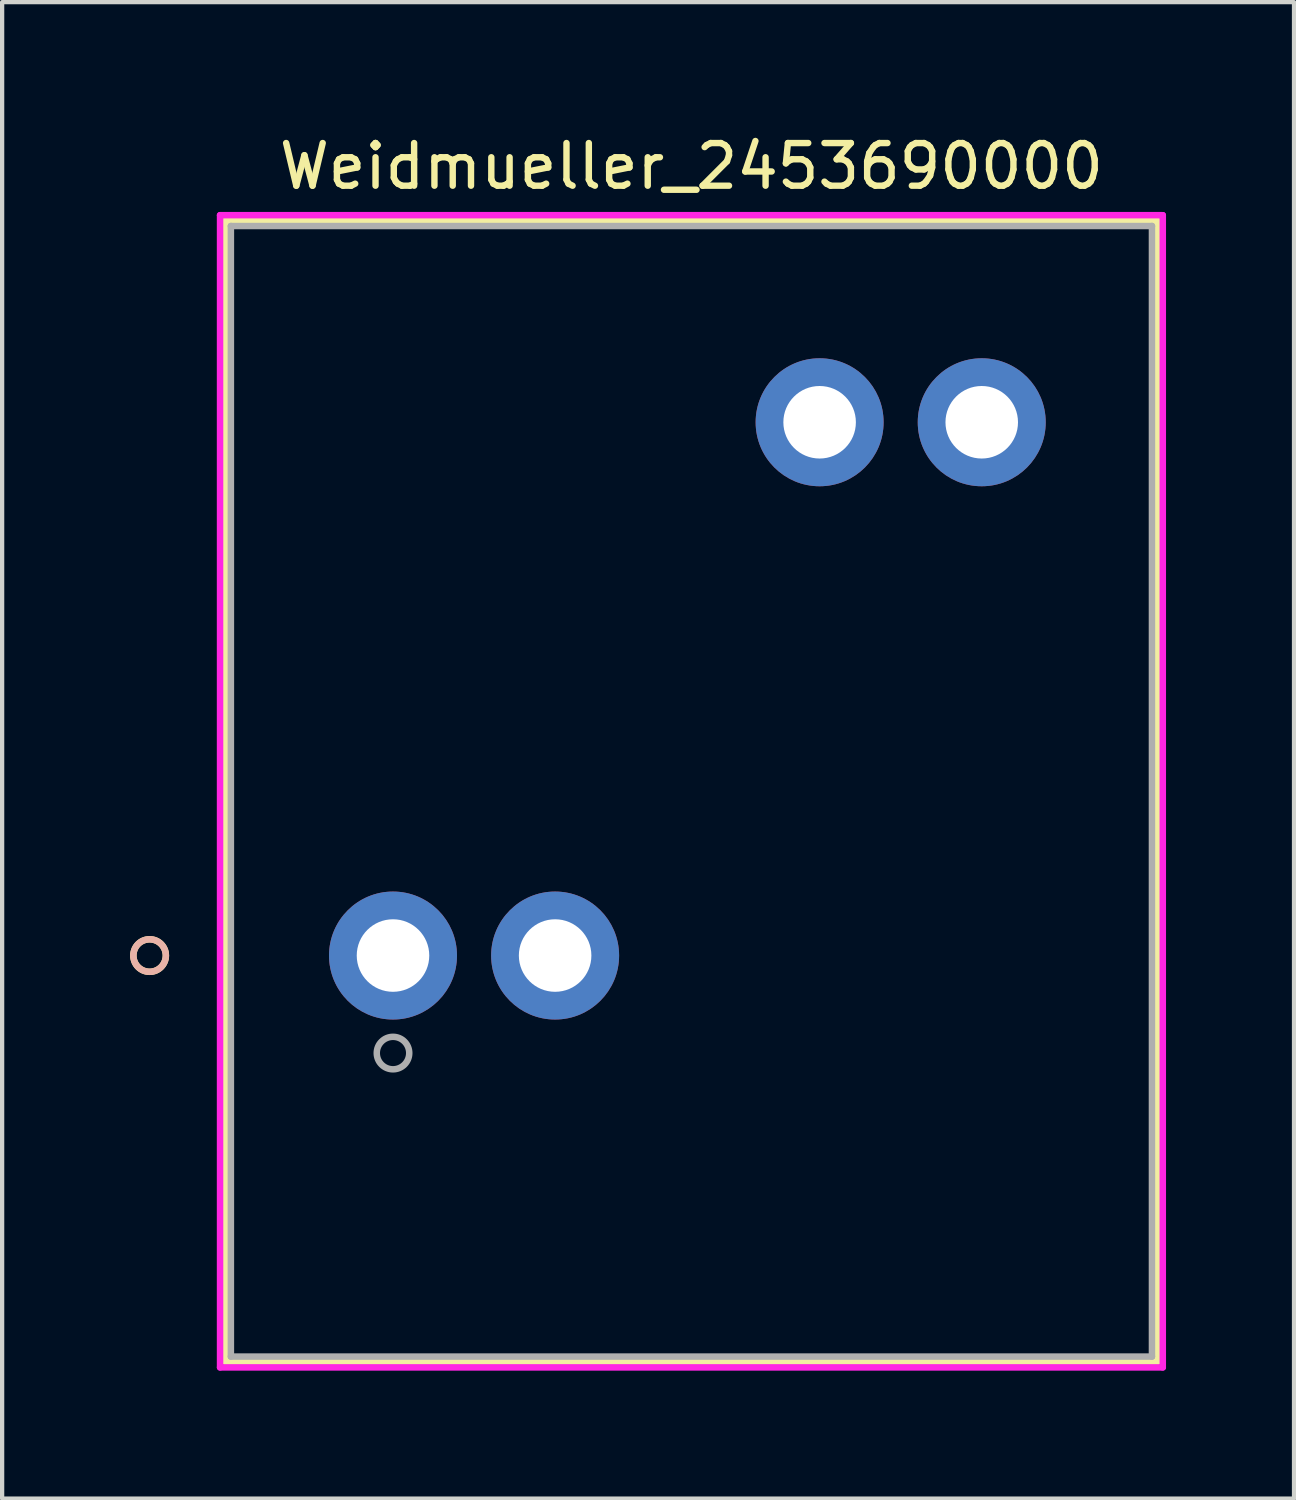
<source format=kicad_pcb>
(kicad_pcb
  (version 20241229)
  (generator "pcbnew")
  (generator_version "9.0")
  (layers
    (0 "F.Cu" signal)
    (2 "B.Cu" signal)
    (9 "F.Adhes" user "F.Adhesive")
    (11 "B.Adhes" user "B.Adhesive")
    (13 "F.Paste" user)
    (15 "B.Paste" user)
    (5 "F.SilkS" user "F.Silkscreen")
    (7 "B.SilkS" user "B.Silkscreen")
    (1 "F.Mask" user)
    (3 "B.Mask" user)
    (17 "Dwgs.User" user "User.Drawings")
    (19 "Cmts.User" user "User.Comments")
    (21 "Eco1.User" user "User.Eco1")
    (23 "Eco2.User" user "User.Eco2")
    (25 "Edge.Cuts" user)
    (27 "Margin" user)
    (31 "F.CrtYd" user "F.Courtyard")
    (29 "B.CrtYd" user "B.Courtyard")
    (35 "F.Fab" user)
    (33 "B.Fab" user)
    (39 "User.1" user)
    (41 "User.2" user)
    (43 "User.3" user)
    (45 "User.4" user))
  (footprint "Weidmueller_2453690000"
    (layer "F.Cu")
    (at 6.162 19.348)
    (property "Reference" "Weidmueller_2453690000" (at 6.995 -18.5 0) (layer "F.SilkS") (effects (font (size 1 1) (thickness 0.15))))
    (attr through_hole)
    (fp_line (start -3.927 -17.227) (end -3.927 9.527) (stroke (width 0.152) (type solid)) (layer "F.SilkS"))
    (fp_line (start -3.927 9.527) (end 17.917 9.527) (stroke (width 0.152) (type solid)) (layer "F.SilkS"))
    (fp_line (start 17.917 -17.227) (end -3.927 -17.227) (stroke (width 0.152) (type solid)) (layer "F.SilkS"))
    (fp_line (start 17.917 9.527) (end 17.917 -17.227) (stroke (width 0.152) (type solid)) (layer "F.SilkS"))
    (fp_circle (center -5.705 0) (end -5.324 0) (stroke (width 0.152) (type solid)) (fill no) (layer "F.SilkS"))
    (fp_circle (center -5.705 0) (end -5.324 0) (stroke (width 0.152) (type solid)) (fill no) (layer "B.SilkS"))
    (fp_line (start -4.054 -17.354) (end -4.054 9.654) (stroke (width 0.152) (type solid)) (layer "F.CrtYd"))
    (fp_line (start -4.054 9.654) (end 18.044 9.654) (stroke (width 0.152) (type solid)) (layer "F.CrtYd"))
    (fp_line (start 18.044 -17.354) (end -4.054 -17.354) (stroke (width 0.152) (type solid)) (layer "F.CrtYd"))
    (fp_line (start 18.044 9.654) (end 18.044 -17.354) (stroke (width 0.152) (type solid)) (layer "F.CrtYd"))
    (fp_line (start -3.8 -17.1) (end -3.8 9.4) (stroke (width 0.152) (type solid)) (layer "F.Fab"))
    (fp_line (start -3.8 9.4) (end 17.79 9.4) (stroke (width 0.152) (type solid)) (layer "F.Fab"))
    (fp_line (start 17.79 -17.1) (end -3.8 -17.1) (stroke (width 0.152) (type solid)) (layer "F.Fab"))
    (fp_line (start 17.79 9.4) (end 17.79 -17.1) (stroke (width 0.152) (type solid)) (layer "F.Fab"))
    (fp_circle (center 0 2.286) (end 0.381 2.286) (stroke (width 0.152) (type solid)) (fill no) (layer "F.Fab"))
    (pad "1" thru_hole circle (at 0 0) (size 3 3) (drill 1.7) (layers "*.Cu" "*.Mask"))
    (pad "2" thru_hole circle (at 3.8 0) (size 3 3) (drill 1.7) (layers "*.Cu" "*.Mask"))
    (pad "3" thru_hole circle (at 10 -12.5) (size 3 3) (drill 1.7) (layers "*.Cu" "*.Mask"))
    (pad "4" thru_hole circle (at 13.8 -12.5) (size 3 3) (drill 1.7) (layers "*.Cu" "*.Mask")))
  (gr_rect
    (start -3 -3)
    (end 27.282 32.078)
    (stroke (width 0.1) (type default))
    (fill no)
    (layer "Edge.Cuts")))
</source>
